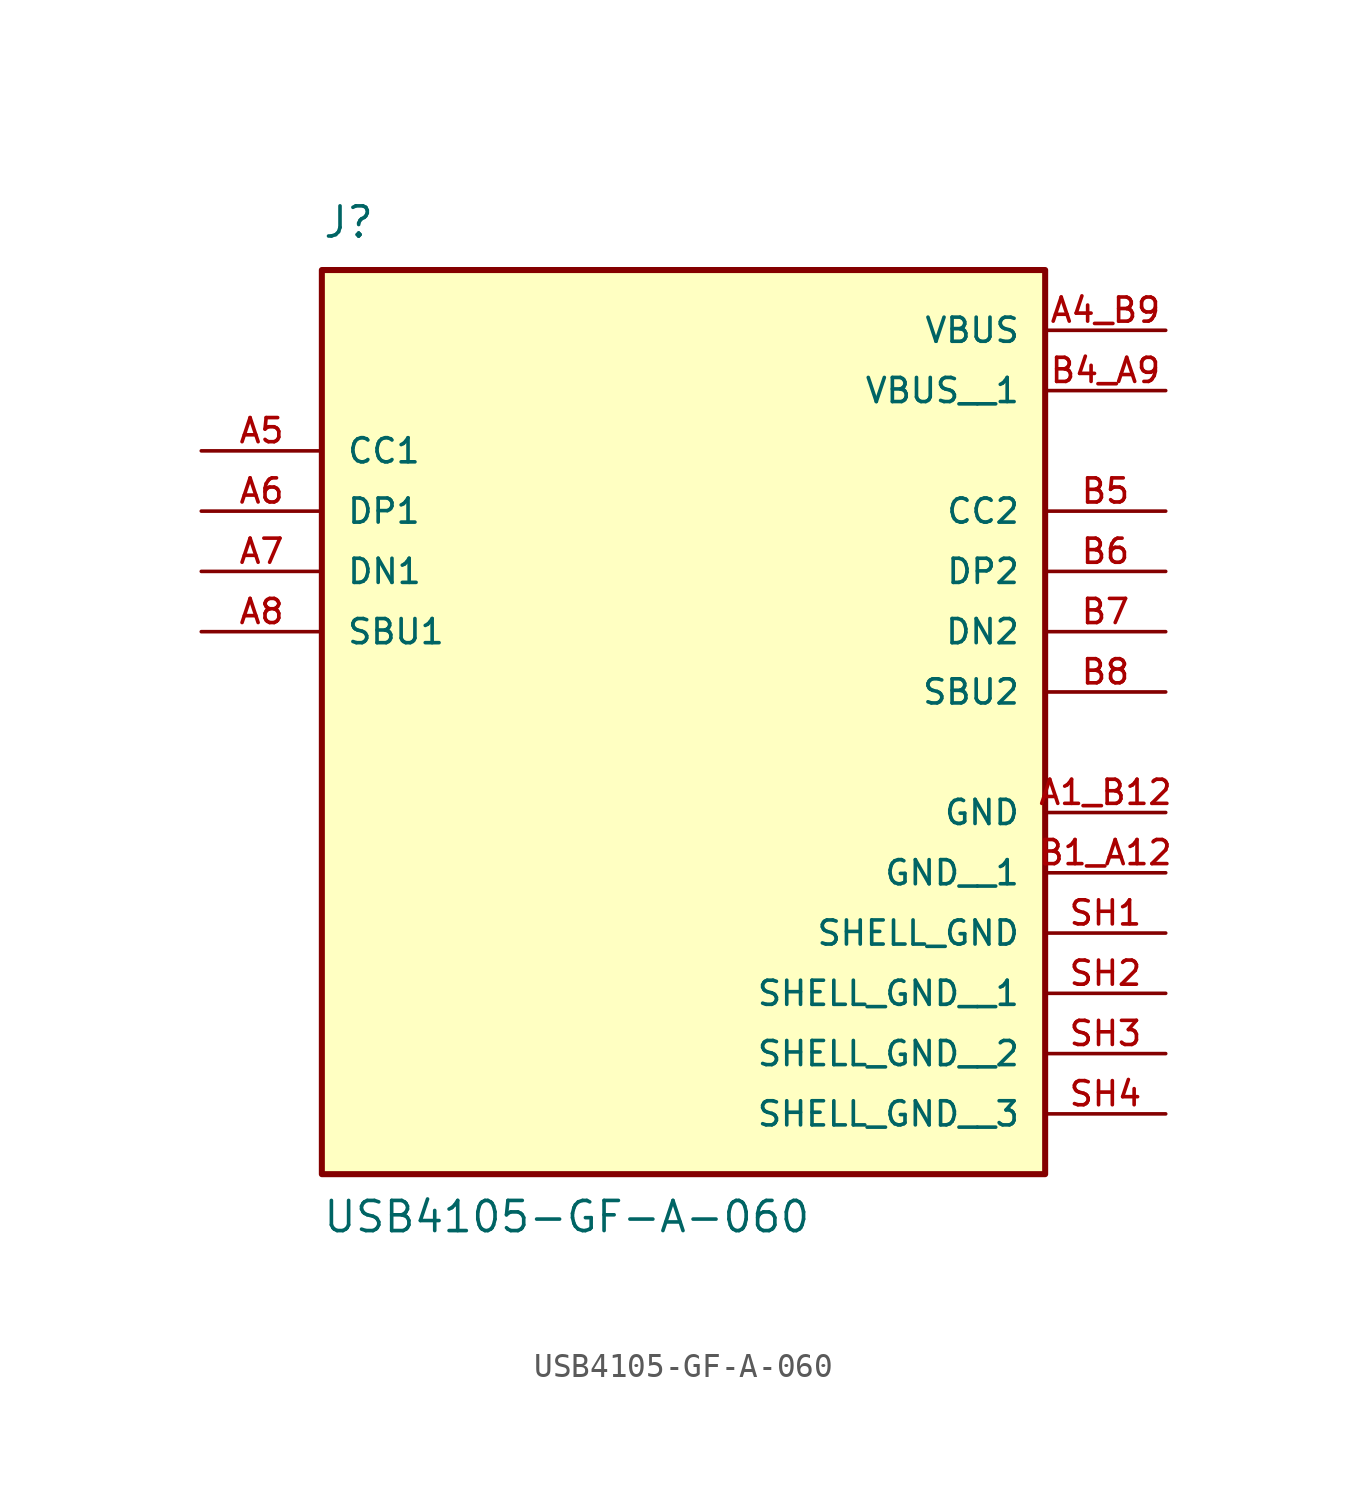
<source format=kicad_sym>
(kicad_symbol_lib
  (version 20211014)
  (generator kicad_symbol_editor)
  (symbol "USB4105-GF-A-060"
    (pin_names
      (offset 1.016))
    (property "Reference" "J"
      (at -15.24 13.97 0)
      (effects (font (size 1.27 1.27)) (justify bottom left)))
    (property "Value" "USB4105-GF-A-060"
      (at -15.24 -27.94 0)
      (effects (font (size 1.27 1.27)) (justify bottom left)))
    (symbol "USB4105-GF-A-060_0_0"
      (rectangle (start -15.24 -25.4) (end 15.24 12.7) (stroke (width 0.254)) (fill (type background)))
      (pin bidirectional line (at -20.32 5.08 0) (length 5.08) (name "CC1" (effects (font (size 1.016 1.016)))) (number "A5" (effects (font (size 1.016 1.016)))))
      (pin bidirectional line (at -20.32 2.54 0) (length 5.08) (name "DP1" (effects (font (size 1.016 1.016)))) (number "A6" (effects (font (size 1.016 1.016)))))
      (pin bidirectional line (at -20.32 0.0 0) (length 5.08) (name "DN1" (effects (font (size 1.016 1.016)))) (number "A7" (effects (font (size 1.016 1.016)))))
      (pin bidirectional line (at -20.32 -2.54 0) (length 5.08) (name "SBU1" (effects (font (size 1.016 1.016)))) (number "A8" (effects (font (size 1.016 1.016)))))
      (pin power_in line (at 20.32 10.16 180.0) (length 5.08) (name "VBUS" (effects (font (size 1.016 1.016)))) (number "A4_B9" (effects (font (size 1.016 1.016)))))
      (pin bidirectional line (at 20.32 2.54 180.0) (length 5.08) (name "CC2" (effects (font (size 1.016 1.016)))) (number "B5" (effects (font (size 1.016 1.016)))))
      (pin bidirectional line (at 20.32 0.0 180.0) (length 5.08) (name "DP2" (effects (font (size 1.016 1.016)))) (number "B6" (effects (font (size 1.016 1.016)))))
      (pin bidirectional line (at 20.32 -2.54 180.0) (length 5.08) (name "DN2" (effects (font (size 1.016 1.016)))) (number "B7" (effects (font (size 1.016 1.016)))))
      (pin bidirectional line (at 20.32 -5.08 180.0) (length 5.08) (name "SBU2" (effects (font (size 1.016 1.016)))) (number "B8" (effects (font (size 1.016 1.016)))))
      (pin power_in line (at 20.32 -10.16 180.0) (length 5.08) (name "GND" (effects (font (size 1.016 1.016)))) (number "A1_B12" (effects (font (size 1.016 1.016)))))
      (pin power_in line (at 20.32 -15.24 180.0) (length 5.08) (name "SHELL_GND" (effects (font (size 1.016 1.016)))) (number "SH1" (effects (font (size 1.016 1.016)))))
      (pin power_in line (at 20.32 7.62 180.0) (length 5.08) (name "VBUS__1" (effects (font (size 1.016 1.016)))) (number "B4_A9" (effects (font (size 1.016 1.016)))))
      (pin power_in line (at 20.32 -12.7 180.0) (length 5.08) (name "GND__1" (effects (font (size 1.016 1.016)))) (number "B1_A12" (effects (font (size 1.016 1.016)))))
      (pin power_in line (at 20.32 -17.78 180.0) (length 5.08) (name "SHELL_GND__1" (effects (font (size 1.016 1.016)))) (number "SH2" (effects (font (size 1.016 1.016)))))
      (pin power_in line (at 20.32 -20.32 180.0) (length 5.08) (name "SHELL_GND__2" (effects (font (size 1.016 1.016)))) (number "SH3" (effects (font (size 1.016 1.016)))))
      (pin power_in line (at 20.32 -22.86 180.0) (length 5.08) (name "SHELL_GND__3" (effects (font (size 1.016 1.016)))) (number "SH4" (effects (font (size 1.016 1.016))))))))
</source>
